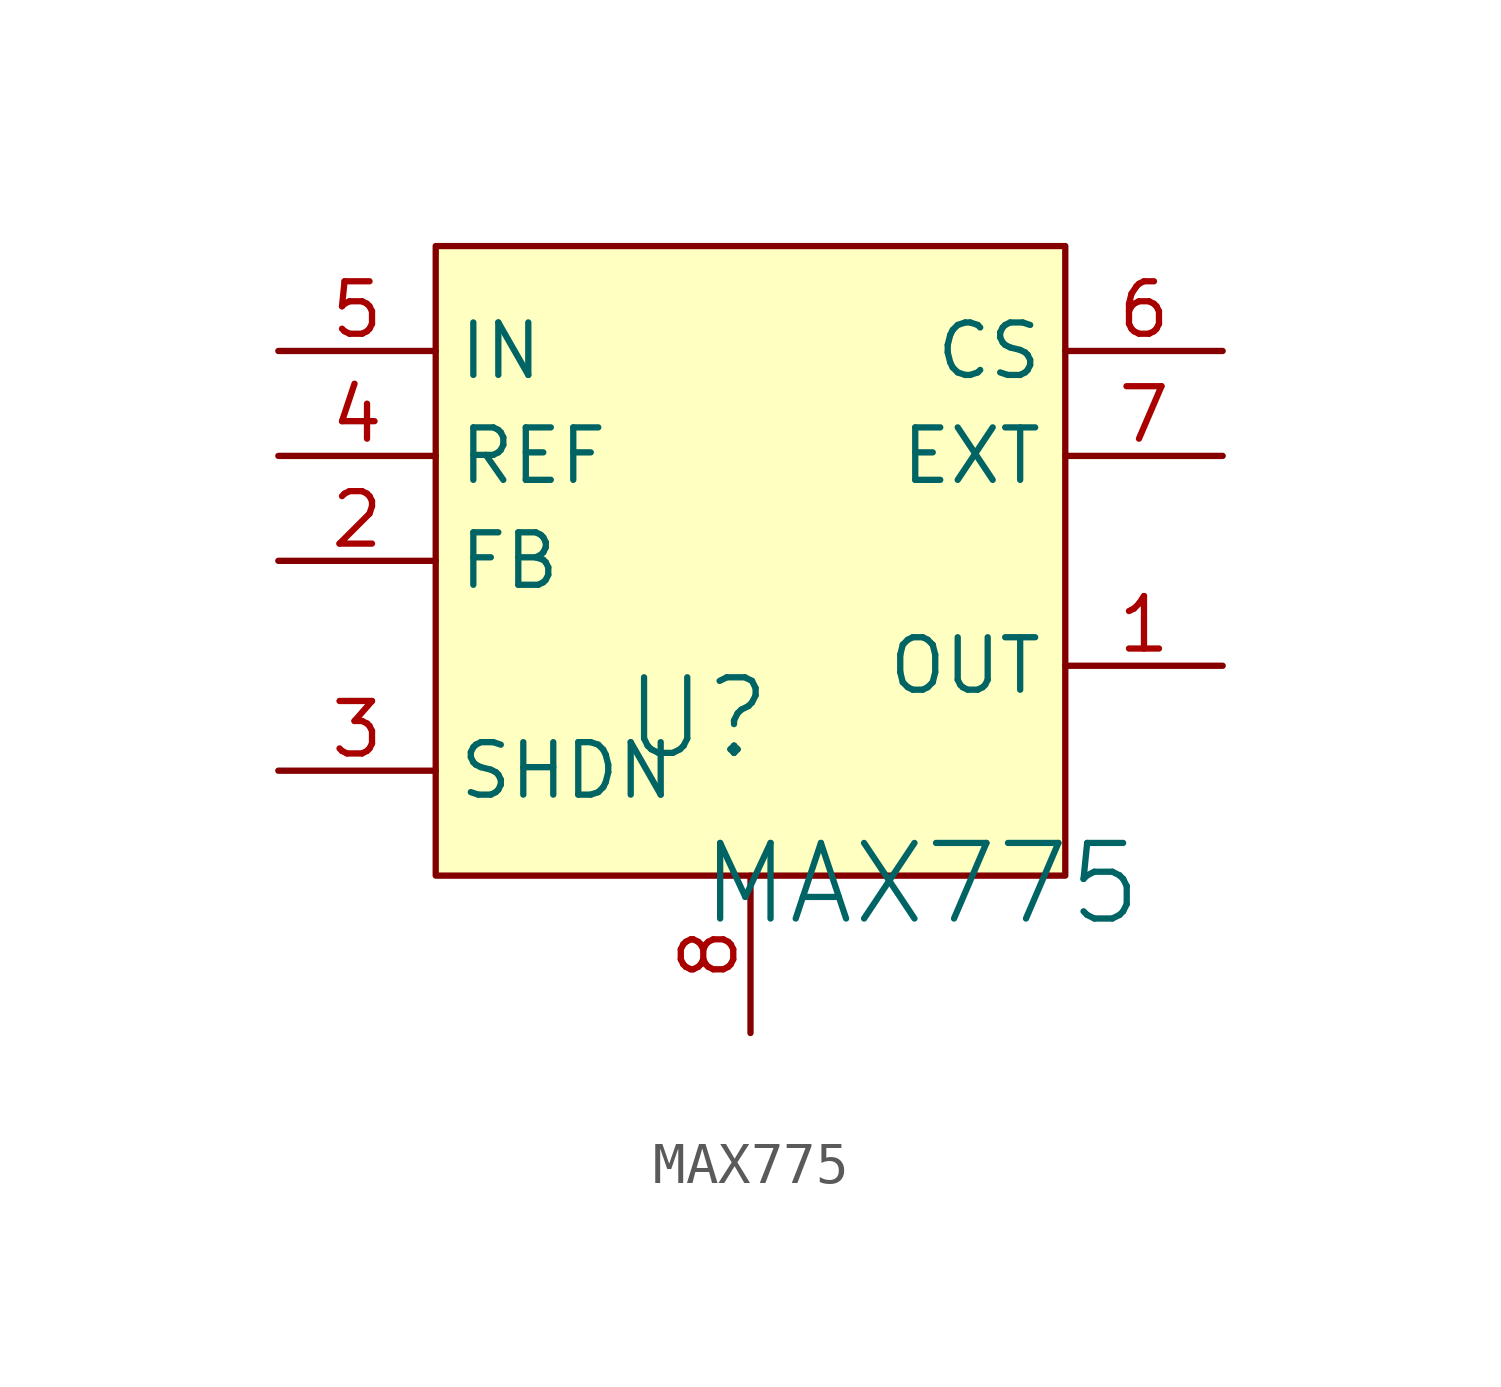
<source format=kicad_sym>
(kicad_symbol_lib
  (version 20241209)
  (generator "kicad_symbol_editor")
  (generator_version "9.0")
  (symbol "MAX775"
    (property "Reference" "U"
      (at -1.27 1.27 0)
      (effects (font (size 1.829 1.829))))
    (property "Value" "MAX775"
      (at -1.27 -3.81 0)
      (effects (font (size 1.829 1.829)) (justify left bottom)))
    (symbol "MAX775_1_0"
      (polyline (pts (xy -7.62 -2.54) (xy -7.62 12.7) (xy 7.62 12.7) (xy 7.62 -2.54) (xy -7.62 -2.54)) (stroke (width 0) (type solid)) (fill (type none)))
      (rectangle (start 7.62 12.7) (end -7.62 -2.54) (stroke (width 0.025) (type solid) (color 128 0 0 1)) (fill (type background)))
      (pin passive line (at -11.43 10.16 0) (length 3.81) (name "IN" (effects (font (size 1.27 1.27)))) (number "5" (effects (font (size 1.27 1.27)))))
      (pin passive line (at -11.43 7.62 0) (length 3.81) (name "REF" (effects (font (size 1.27 1.27)))) (number "4" (effects (font (size 1.27 1.27)))))
      (pin passive line (at -11.43 5.08 0) (length 3.81) (name "FB" (effects (font (size 1.27 1.27)))) (number "2" (effects (font (size 1.27 1.27)))))
      (pin passive line (at -11.43 0 0) (length 3.81) (name "SHDN" (effects (font (size 1.27 1.27)))) (number "3" (effects (font (size 1.27 1.27)))))
      (pin passive line (at 0 -6.35 90) (length 3.81) (name "GND" (effects (font (size 0 0)))) (number "8" (effects (font (size 1.27 1.27)))))
      (pin passive line (at 11.43 10.16 180) (length 3.81) (name "CS" (effects (font (size 1.27 1.27)))) (number "6" (effects (font (size 1.27 1.27)))))
      (pin passive line (at 11.43 7.62 180) (length 3.81) (name "EXT" (effects (font (size 1.27 1.27)))) (number "7" (effects (font (size 1.27 1.27)))))
      (pin passive line (at 11.43 2.54 180) (length 3.81) (name "OUT" (effects (font (size 1.27 1.27)))) (number "1" (effects (font (size 1.27 1.27))))))))
</source>
